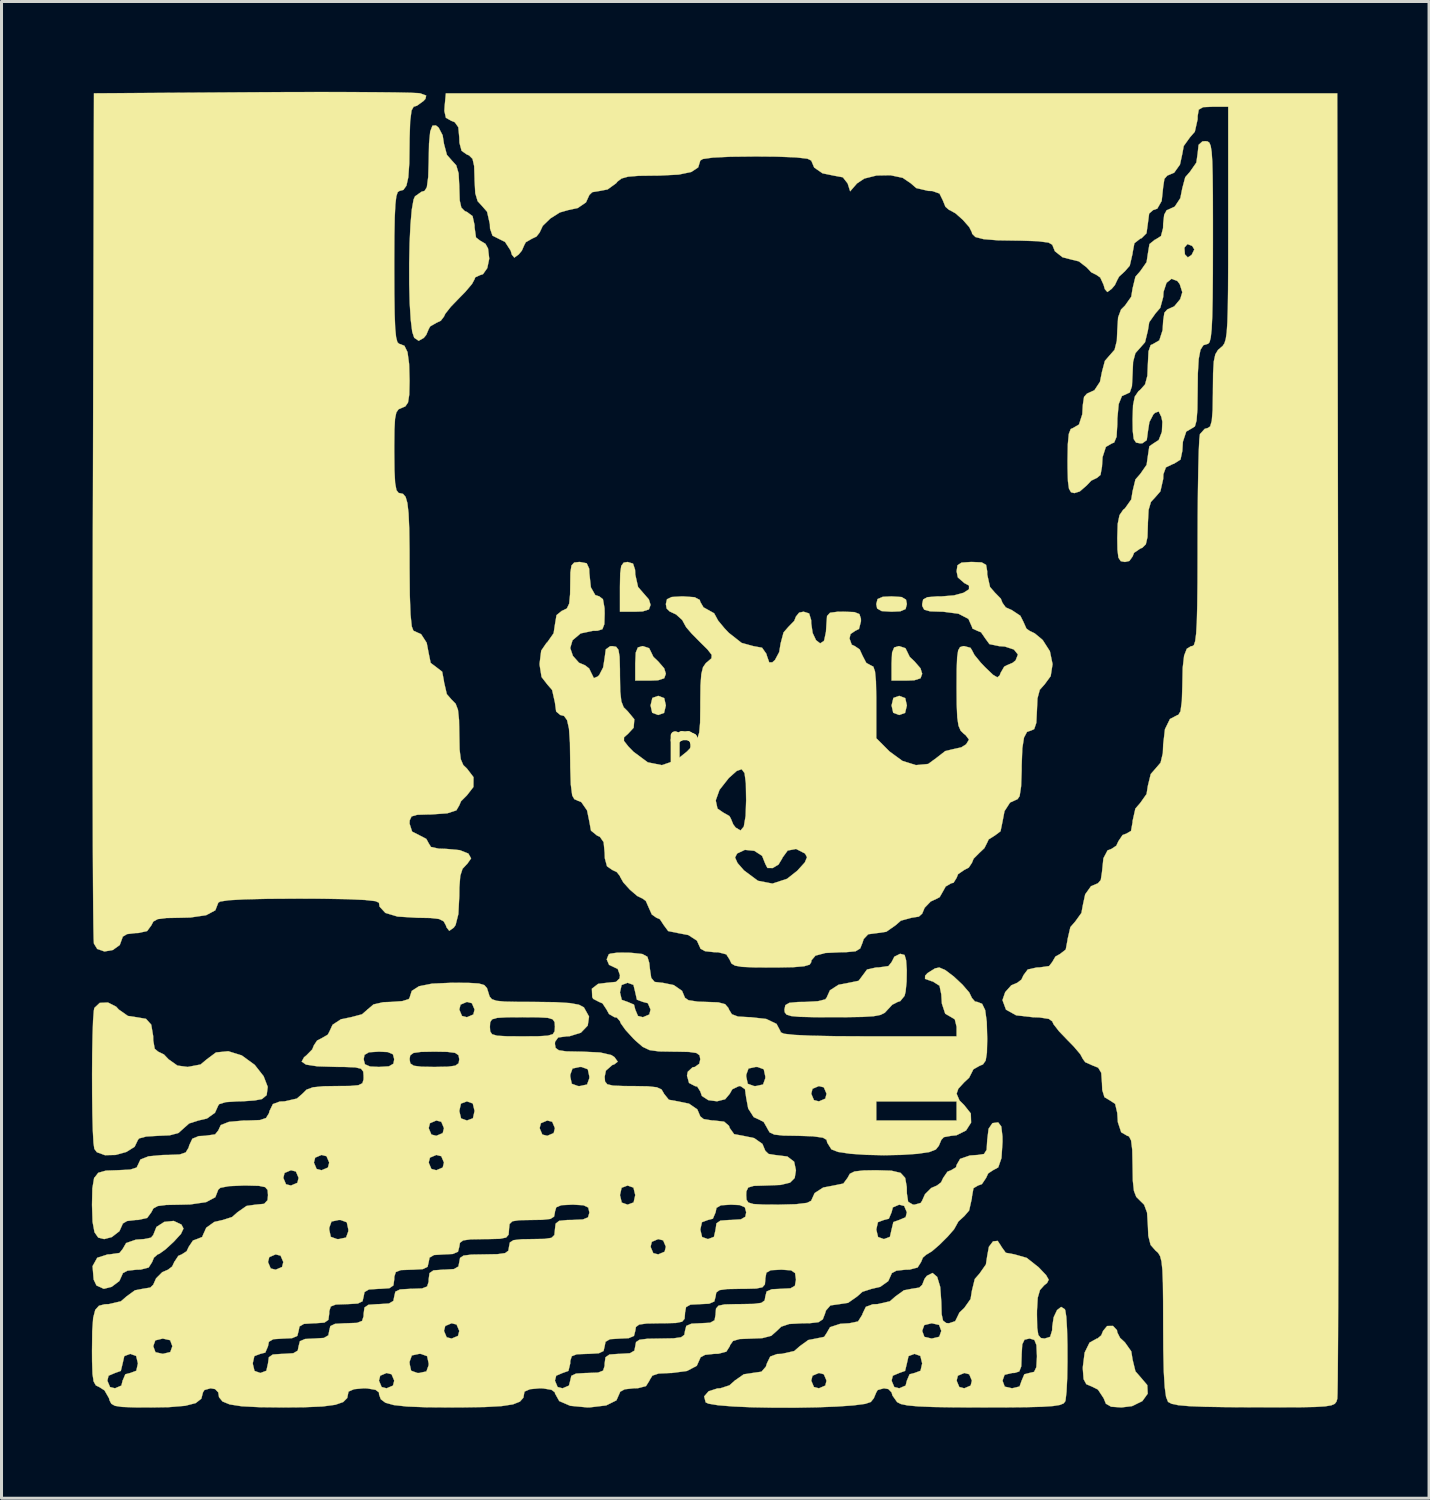
<source format=kicad_pcb>
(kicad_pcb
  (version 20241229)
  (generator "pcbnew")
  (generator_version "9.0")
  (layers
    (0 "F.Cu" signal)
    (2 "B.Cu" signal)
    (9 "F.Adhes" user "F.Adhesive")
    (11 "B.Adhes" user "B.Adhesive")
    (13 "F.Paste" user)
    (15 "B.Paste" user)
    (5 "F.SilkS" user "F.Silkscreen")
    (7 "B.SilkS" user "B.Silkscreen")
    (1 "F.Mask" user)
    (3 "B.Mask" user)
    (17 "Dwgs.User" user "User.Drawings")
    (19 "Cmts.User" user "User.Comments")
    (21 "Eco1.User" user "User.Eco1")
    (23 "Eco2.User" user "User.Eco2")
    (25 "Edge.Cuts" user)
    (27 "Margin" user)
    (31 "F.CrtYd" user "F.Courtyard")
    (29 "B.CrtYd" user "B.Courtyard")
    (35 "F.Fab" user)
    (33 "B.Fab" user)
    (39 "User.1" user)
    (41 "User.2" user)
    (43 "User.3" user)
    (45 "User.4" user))
  (footprint "nei"
    (layer "F.Cu")
    (at 20.706 21.702)
    (property "Reference" "nei" (at 0 0 0) (layer "F.SilkS") (effects (font (size 1.524 1.524) (thickness 0.3))))
    (attr through_hole)
    (fp_poly (pts (xy -1.706 -1.577) (xy -1.651 -1.333) (xy -1.711 -1.085) (xy -1.905 -1.016) (xy -2.104 -1.09) (xy -2.159 -1.333) (xy -2.099 -1.582) (xy -1.905 -1.651) (xy -1.706 -1.577)) (stroke (width 0.01) (type solid)) (fill yes) (layer "F.SilkS"))
    (fp_poly (pts (xy 6.295 -1.577) (xy 6.35 -1.333) (xy 6.29 -1.085) (xy 6.096 -1.016) (xy 5.897 -1.09) (xy 5.842 -1.333) (xy 5.902 -1.582) (xy 6.096 -1.651) (xy 6.295 -1.577)) (stroke (width 0.01) (type solid)) (fill yes) (layer "F.SilkS"))
    (fp_poly (pts (xy 6.174 -4.932) (xy 6.321 -4.846) (xy 6.35 -4.699) (xy 6.307 -4.533) (xy 6.135 -4.459) (xy 5.842 -4.445) (xy 5.51 -4.466) (xy 5.363 -4.552) (xy 5.334 -4.699) (xy 5.377 -4.865) (xy 5.549 -4.939) (xy 5.842 -4.953) (xy 6.174 -4.932)) (stroke (width 0.01) (type solid)) (fill yes) (layer "F.SilkS"))
    (fp_poly (pts (xy -2.207 -3.234) (xy -2.159 -3.14) (xy -2.065 -2.946) (xy -1.905 -2.794) (xy -1.707 -2.566) (xy -1.651 -2.385) (xy -1.706 -2.235) (xy -1.911 -2.169) (xy -2.159 -2.159) (xy -2.667 -2.159) (xy -2.667 -2.731) (xy -2.65 -3.088) (xy -2.581 -3.257) (xy -2.431 -3.302) (xy -2.413 -3.302) (xy -2.207 -3.234)) (stroke (width 0.01) (type solid)) (fill yes) (layer "F.SilkS"))
    (fp_poly (pts (xy 6.302 -3.234) (xy 6.35 -3.14) (xy 6.444 -2.946) (xy 6.604 -2.794) (xy 6.802 -2.566) (xy 6.858 -2.385) (xy 6.803 -2.235) (xy 6.598 -2.169) (xy 6.35 -2.159) (xy 5.842 -2.159) (xy 5.842 -2.731) (xy 5.859 -3.088) (xy 5.928 -3.257) (xy 6.078 -3.302) (xy 6.096 -3.302) (xy 6.302 -3.234)) (stroke (width 0.01) (type solid)) (fill yes) (layer "F.SilkS"))
    (fp_poly (pts (xy -2.741 -6.042) (xy -2.673 -5.836) (xy -2.667 -5.68) (xy -2.574 -5.266) (xy -2.413 -5.08) (xy -2.215 -4.852) (xy -2.159 -4.671) (xy -2.214 -4.521) (xy -2.419 -4.455) (xy -2.667 -4.445) (xy -3.175 -4.445) (xy -3.175 -5.271) (xy -3.167 -5.717) (xy -3.132 -5.966) (xy -3.052 -6.074) (xy -2.921 -6.096) (xy -2.741 -6.042)) (stroke (width 0.01) (type solid)) (fill yes) (layer "F.SilkS"))
    (fp_poly (pts (xy 13.325 19.407) (xy 13.335 19.48) (xy 13.428 19.662) (xy 13.589 19.812) (xy 13.799 20.109) (xy 13.843 20.384) (xy 13.938 20.773) (xy 14.097 20.955) (xy 14.331 21.23) (xy 14.345 21.514) (xy 14.167 21.761) (xy 13.825 21.928) (xy 13.473 21.971) (xy 13.131 21.948) (xy 12.958 21.849) (xy 12.882 21.665) (xy 12.693 21.379) (xy 12.498 21.281) (xy 12.307 21.2) (xy 12.217 21.033) (xy 12.192 20.702) (xy 12.192 20.626) (xy 12.252 20.15) (xy 12.414 19.82) (xy 12.654 19.686) (xy 12.676 19.685) (xy 12.802 19.579) (xy 12.864 19.43) (xy 12.998 19.268) (xy 13.192 19.265) (xy 13.325 19.407)) (stroke (width 0.01) (type solid)) (fill yes) (layer "F.SilkS"))
    (fp_poly (pts (xy -17.733 15.901) (xy -17.665 16.032) (xy -17.749 16.211) (xy -17.988 16.472) (xy -18.26 16.722) (xy -18.468 16.872) (xy -18.523 16.891) (xy -18.645 16.997) (xy -18.706 17.145) (xy -18.821 17.326) (xy -19.085 17.395) (xy -19.229 17.399) (xy -19.527 17.432) (xy -19.68 17.515) (xy -19.685 17.535) (xy -19.793 17.774) (xy -20.048 17.967) (xy -20.309 18.034) (xy -20.553 17.923) (xy -20.647 17.726) (xy -20.683 17.281) (xy -20.528 17.003) (xy -20.185 16.893) (xy -20.121 16.891) (xy -19.788 16.843) (xy -19.685 16.714) (xy -19.569 16.514) (xy -19.245 16.402) (xy -18.976 16.383) (xy -18.743 16.335) (xy -18.669 16.247) (xy -18.562 15.979) (xy -18.304 15.812) (xy -17.99 15.78) (xy -17.733 15.901)) (stroke (width 0.01) (type solid)) (fill yes) (layer "F.SilkS"))
    (fp_poly (pts (xy 6.274 6.951) (xy 6.324 7.125) (xy 6.347 7.452) (xy 6.341 7.833) (xy 6.308 8.167) (xy 6.273 8.308) (xy 6.13 8.483) (xy 6.047 8.509) (xy 5.865 8.602) (xy 5.715 8.763) (xy 5.618 8.868) (xy 5.476 8.94) (xy 5.244 8.984) (xy 4.876 9.007) (xy 4.325 9.016) (xy 3.909 9.017) (xy 3.242 9.015) (xy 2.787 9.004) (xy 2.506 8.978) (xy 2.355 8.93) (xy 2.296 8.855) (xy 2.286 8.763) (xy 2.316 8.616) (xy 2.447 8.54) (xy 2.739 8.512) (xy 2.985 8.509) (xy 3.394 8.486) (xy 3.639 8.425) (xy 3.683 8.373) (xy 3.796 8.124) (xy 4.081 7.94) (xy 4.427 7.874) (xy 4.749 7.808) (xy 4.889 7.62) (xy 5.028 7.433) (xy 5.326 7.367) (xy 5.406 7.366) (xy 5.739 7.318) (xy 5.842 7.189) (xy 5.934 7.008) (xy 6.126 6.912) (xy 6.274 6.951)) (stroke (width 0.01) (type solid)) (fill yes) (layer "F.SilkS"))
    (fp_poly (pts (xy -9.195 -20.516) (xy -9.062 -20.262) (xy -9.017 -19.976) (xy -8.92 -19.612) (xy -8.763 -19.431) (xy -8.61 -19.264) (xy -8.532 -19) (xy -8.509 -18.565) (xy -8.509 -18.523) (xy -8.495 -18.098) (xy -8.441 -17.86) (xy -8.325 -17.744) (xy -8.255 -17.716) (xy -8.068 -17.578) (xy -8.002 -17.28) (xy -8.001 -17.2) (xy -7.954 -16.868) (xy -7.819 -16.764) (xy -7.64 -16.658) (xy -7.554 -16.501) (xy -7.515 -16.165) (xy -7.58 -15.851) (xy -7.722 -15.65) (xy -7.813 -15.621) (xy -7.98 -15.546) (xy -8.001 -15.484) (xy -8.086 -15.326) (xy -8.306 -15.066) (xy -8.509 -14.859) (xy -8.79 -14.568) (xy -8.974 -14.335) (xy -9.017 -14.243) (xy -9.122 -14.105) (xy -9.271 -14.034) (xy -9.476 -13.916) (xy -9.525 -13.825) (xy -9.606 -13.634) (xy -9.687 -13.535) (xy -9.857 -13.438) (xy -10.005 -13.539) (xy -10.071 -13.737) (xy -10.12 -14.134) (xy -10.154 -14.68) (xy -10.171 -15.321) (xy -10.172 -16.006) (xy -10.158 -16.681) (xy -10.129 -17.295) (xy -10.085 -17.795) (xy -10.026 -18.129) (xy -9.979 -18.234) (xy -9.766 -18.385) (xy -9.661 -18.415) (xy -9.586 -18.536) (xy -9.54 -18.879) (xy -9.525 -19.357) (xy -9.513 -19.987) (xy -9.474 -20.387) (xy -9.4 -20.58) (xy -9.286 -20.589) (xy -9.195 -20.516)) (stroke (width 0.01) (type solid)) (fill yes) (layer "F.SilkS"))
    (fp_poly (pts (xy -19.9 8.667) (xy -19.812 8.763) (xy -19.511 8.974) (xy -19.226 9.017) (xy -18.909 9.071) (xy -18.736 9.263) (xy -18.672 9.64) (xy -18.669 9.789) (xy -18.62 10.064) (xy -18.507 10.16) (xy -18.313 10.254) (xy -18.161 10.414) (xy -17.867 10.622) (xy -17.526 10.668) (xy -17.098 10.587) (xy -16.891 10.414) (xy -16.586 10.187) (xy -16.179 10.146) (xy -15.731 10.285) (xy -15.303 10.597) (xy -15.299 10.6) (xy -15.004 10.977) (xy -14.868 11.329) (xy -14.904 11.604) (xy -15.06 11.734) (xy -15.301 11.78) (xy -15.684 11.807) (xy -15.885 11.811) (xy -16.26 11.836) (xy -16.479 11.902) (xy -16.51 11.947) (xy -16.62 12.19) (xy -16.886 12.38) (xy -17.171 12.446) (xy -17.477 12.544) (xy -17.653 12.7) (xy -17.832 12.86) (xy -18.12 12.937) (xy -18.507 12.954) (xy -18.903 12.978) (xy -19.138 13.041) (xy -19.177 13.09) (xy -19.287 13.318) (xy -19.561 13.49) (xy -19.917 13.589) (xy -20.271 13.597) (xy -20.54 13.499) (xy -20.624 13.388) (xy -20.652 13.188) (xy -20.674 12.787) (xy -20.689 12.238) (xy -20.697 11.594) (xy -20.699 10.908) (xy -20.695 10.232) (xy -20.683 9.621) (xy -20.666 9.126) (xy -20.641 8.801) (xy -20.624 8.71) (xy -20.447 8.542) (xy -20.173 8.529) (xy -19.9 8.667)) (stroke (width 0.01) (type solid)) (fill yes) (layer "F.SilkS"))
    (fp_poly (pts (xy -12.181 -21.696) (xy -11.337 -21.691) (xy -10.65 -21.684) (xy -10.147 -21.673) (xy -9.858 -21.66) (xy -9.805 -21.653) (xy -9.608 -21.58) (xy -9.633 -21.469) (xy -9.701 -21.396) (xy -9.915 -21.242) (xy -10.024 -21.209) (xy -10.094 -21.085) (xy -10.14 -20.726) (xy -10.159 -20.149) (xy -10.16 -20.013) (xy -10.169 -19.333) (xy -10.201 -18.87) (xy -10.264 -18.588) (xy -10.364 -18.448) (xy -10.491 -18.415) (xy -10.553 -18.375) (xy -10.599 -18.235) (xy -10.631 -17.965) (xy -10.652 -17.536) (xy -10.664 -16.918) (xy -10.668 -16.082) (xy -10.668 -15.875) (xy -10.665 -14.989) (xy -10.655 -14.328) (xy -10.637 -13.862) (xy -10.607 -13.561) (xy -10.564 -13.395) (xy -10.506 -13.337) (xy -10.491 -13.335) (xy -10.33 -13.273) (xy -10.228 -13.064) (xy -10.175 -12.672) (xy -10.16 -12.106) (xy -10.17 -11.652) (xy -10.211 -11.39) (xy -10.3 -11.261) (xy -10.414 -11.213) (xy -10.526 -11.164) (xy -10.599 -11.059) (xy -10.642 -10.849) (xy -10.662 -10.49) (xy -10.668 -9.934) (xy -10.668 -9.764) (xy -10.661 -9.134) (xy -10.639 -8.719) (xy -10.595 -8.483) (xy -10.525 -8.389) (xy -10.491 -8.382) (xy -10.376 -8.356) (xy -10.291 -8.257) (xy -10.232 -8.053) (xy -10.193 -7.712) (xy -10.171 -7.202) (xy -10.161 -6.491) (xy -10.16 -5.895) (xy -10.152 -4.999) (xy -10.128 -4.355) (xy -10.087 -3.959) (xy -10.031 -3.811) (xy -10.024 -3.81) (xy -9.775 -3.697) (xy -9.591 -3.412) (xy -9.525 -3.066) (xy -9.459 -2.744) (xy -9.271 -2.603) (xy -9.077 -2.453) (xy -9.017 -2.134) (xy -9.017 -2.115) (xy -8.923 -1.708) (xy -8.763 -1.524) (xy -8.63 -1.39) (xy -8.552 -1.186) (xy -8.517 -0.848) (xy -8.509 -0.381) (xy -8.499 0.13) (xy -8.46 0.451) (xy -8.377 0.645) (xy -8.255 0.762) (xy -8.037 1.047) (xy -8.04 1.374) (xy -8.255 1.651) (xy -8.451 1.847) (xy -8.509 1.983) (xy -8.605 2.149) (xy -8.908 2.248) (xy -9.436 2.285) (xy -9.535 2.286) (xy -9.909 2.297) (xy -10.094 2.352) (xy -10.155 2.482) (xy -10.16 2.59) (xy -10.075 2.855) (xy -9.842 2.973) (xy -9.604 3.097) (xy -9.525 3.241) (xy -9.449 3.365) (xy -9.19 3.421) (xy -8.944 3.429) (xy -8.492 3.471) (xy -8.207 3.584) (xy -8.117 3.745) (xy -8.25 3.933) (xy -8.266 3.945) (xy -8.401 4.09) (xy -8.476 4.323) (xy -8.506 4.711) (xy -8.509 4.99) (xy -8.54 5.593) (xy -8.632 5.957) (xy -8.691 6.042) (xy -8.842 6.149) (xy -8.931 6.035) (xy -8.953 5.969) (xy -9.027 5.834) (xy -9.179 5.757) (xy -9.47 5.723) (xy -9.924 5.715) (xy -10.557 5.676) (xy -10.962 5.555) (xy -11.155 5.346) (xy -11.176 5.216) (xy -11.29 5.164) (xy -11.637 5.125) (xy -12.222 5.098) (xy -13.051 5.083) (xy -13.843 5.08) (xy -14.86 5.086) (xy -15.629 5.104) (xy -16.155 5.133) (xy -16.445 5.176) (xy -16.51 5.216) (xy -16.608 5.468) (xy -16.912 5.63) (xy -17.437 5.707) (xy -17.762 5.715) (xy -18.238 5.724) (xy -18.519 5.76) (xy -18.665 5.84) (xy -18.733 5.969) (xy -18.871 6.156) (xy -19.169 6.222) (xy -19.249 6.223) (xy -19.539 6.258) (xy -19.682 6.343) (xy -19.685 6.359) (xy -19.78 6.62) (xy -20.009 6.785) (xy -20.287 6.835) (xy -20.528 6.751) (xy -20.638 6.572) (xy -20.647 6.409) (xy -20.655 6.009) (xy -20.662 5.388) (xy -20.668 4.563) (xy -20.673 3.55) (xy -20.676 2.367) (xy -20.679 1.03) (xy -20.68 -0.445) (xy -20.681 -2.04) (xy -20.679 -3.739) (xy -20.677 -5.526) (xy -20.673 -7.384) (xy -20.672 -7.684) (xy -20.637 -21.654) (xy -15.367 -21.689) (xy -14.224 -21.695) (xy -13.153 -21.697) (xy -12.181 -21.696)) (stroke (width 0.01) (type solid)) (fill yes) (layer "F.SilkS"))
    (fp_poly (pts (xy 16.332 -20.058) (xy 16.392 -20.015) (xy 16.436 -19.908) (xy 16.468 -19.709) (xy 16.489 -19.389) (xy 16.501 -18.92) (xy 16.508 -18.274) (xy 16.51 -17.422) (xy 16.51 -16.701) (xy 16.508 -15.666) (xy 16.501 -14.86) (xy 16.488 -14.255) (xy 16.468 -13.827) (xy 16.438 -13.548) (xy 16.399 -13.394) (xy 16.347 -13.337) (xy 16.333 -13.335) (xy 16.192 -13.292) (xy 16.096 -13.137) (xy 16.038 -12.835) (xy 16.009 -12.349) (xy 16.002 -11.737) (xy 15.994 -11.156) (xy 15.966 -10.789) (xy 15.912 -10.597) (xy 15.826 -10.541) (xy 15.825 -10.541) (xy 15.624 -10.424) (xy 15.513 -10.087) (xy 15.494 -9.782) (xy 15.434 -9.495) (xy 15.214 -9.356) (xy 15.177 -9.346) (xy 14.949 -9.236) (xy 14.865 -9.008) (xy 14.859 -8.852) (xy 14.766 -8.44) (xy 14.605 -8.255) (xy 14.452 -8.088) (xy 14.374 -7.824) (xy 14.351 -7.389) (xy 14.351 -7.347) (xy 14.337 -6.922) (xy 14.283 -6.684) (xy 14.167 -6.568) (xy 14.097 -6.54) (xy 13.891 -6.399) (xy 13.843 -6.278) (xy 13.737 -6.13) (xy 13.589 -6.096) (xy 13.45 -6.123) (xy 13.373 -6.24) (xy 13.341 -6.506) (xy 13.335 -6.893) (xy 13.35 -7.363) (xy 13.409 -7.65) (xy 13.529 -7.826) (xy 13.589 -7.874) (xy 13.799 -8.171) (xy 13.843 -8.445) (xy 13.938 -8.835) (xy 14.097 -9.017) (xy 14.309 -9.321) (xy 14.351 -9.617) (xy 14.399 -9.936) (xy 14.539 -10.033) (xy 14.71 -10.143) (xy 14.816 -10.413) (xy 14.832 -10.75) (xy 14.798 -10.913) (xy 14.711 -11.092) (xy 14.586 -11.046) (xy 14.533 -10.995) (xy 14.401 -10.741) (xy 14.351 -10.423) (xy 14.313 -10.14) (xy 14.171 -10.038) (xy 14.097 -10.033) (xy 13.958 -10.06) (xy 13.881 -10.177) (xy 13.849 -10.443) (xy 13.843 -10.83) (xy 13.858 -11.3) (xy 13.917 -11.587) (xy 14.037 -11.763) (xy 14.097 -11.811) (xy 14.257 -11.99) (xy 14.334 -12.278) (xy 14.351 -12.665) (xy 14.372 -13.087) (xy 14.443 -13.296) (xy 14.528 -13.335) (xy 14.73 -13.452) (xy 14.84 -13.792) (xy 14.859 -14.107) (xy 14.899 -14.37) (xy 14.995 -14.478) (xy 15.226 -14.582) (xy 15.424 -14.821) (xy 15.494 -15.05) (xy 15.409 -15.318) (xy 15.332 -15.421) (xy 15.137 -15.497) (xy 14.97 -15.364) (xy 14.871 -15.066) (xy 14.859 -14.892) (xy 14.762 -14.532) (xy 14.605 -14.351) (xy 14.395 -14.054) (xy 14.351 -13.78) (xy 14.256 -13.39) (xy 14.097 -13.208) (xy 13.937 -13.029) (xy 13.86 -12.741) (xy 13.843 -12.354) (xy 13.822 -11.932) (xy 13.751 -11.723) (xy 13.666 -11.684) (xy 13.489 -11.603) (xy 13.382 -11.339) (xy 13.338 -10.864) (xy 13.335 -10.658) (xy 13.311 -10.251) (xy 13.231 -10.06) (xy 13.158 -10.033) (xy 12.956 -9.916) (xy 12.846 -9.576) (xy 12.827 -9.261) (xy 12.778 -8.986) (xy 12.665 -8.89) (xy 12.471 -8.796) (xy 12.319 -8.636) (xy 12.091 -8.438) (xy 11.91 -8.382) (xy 11.799 -8.41) (xy 11.732 -8.527) (xy 11.697 -8.78) (xy 11.685 -9.22) (xy 11.684 -9.461) (xy 11.694 -10.01) (xy 11.726 -10.346) (xy 11.789 -10.509) (xy 11.861 -10.541) (xy 12.063 -10.658) (xy 12.173 -10.998) (xy 12.192 -11.313) (xy 12.232 -11.576) (xy 12.328 -11.684) (xy 12.576 -11.797) (xy 12.761 -12.078) (xy 12.827 -12.409) (xy 12.924 -12.773) (xy 13.081 -12.954) (xy 13.245 -13.141) (xy 13.321 -13.443) (xy 13.335 -13.78) (xy 13.362 -14.214) (xy 13.46 -14.477) (xy 13.589 -14.605) (xy 13.799 -14.902) (xy 13.843 -15.177) (xy 13.938 -15.566) (xy 14.097 -15.748) (xy 14.308 -16.049) (xy 14.351 -16.333) (xy 14.384 -16.531) (xy 15.563 -16.531) (xy 15.58 -16.306) (xy 15.581 -16.305) (xy 15.676 -16.207) (xy 15.803 -16.289) (xy 15.892 -16.47) (xy 15.823 -16.586) (xy 15.665 -16.649) (xy 15.563 -16.531) (xy 14.384 -16.531) (xy 14.404 -16.65) (xy 14.584 -16.795) (xy 14.605 -16.801) (xy 14.786 -16.916) (xy 14.855 -17.18) (xy 14.859 -17.324) (xy 14.892 -17.622) (xy 14.975 -17.775) (xy 14.995 -17.78) (xy 15.243 -17.893) (xy 15.428 -18.174) (xy 15.494 -18.505) (xy 15.591 -18.869) (xy 15.748 -19.05) (xy 15.96 -19.354) (xy 16.002 -19.65) (xy 16.035 -19.944) (xy 16.16 -20.057) (xy 16.256 -20.066) (xy 16.332 -20.058)) (stroke (width 0.01) (type solid)) (fill yes) (layer "F.SilkS"))
    (fp_poly (pts (xy 9.484 16.623) (xy 9.488 16.636) (xy 9.634 16.837) (xy 9.925 16.891) (xy 10.327 17.006) (xy 10.722 17.317) (xy 10.972 17.579) (xy 11.059 17.732) (xy 11.003 17.842) (xy 10.908 17.917) (xy 10.769 18.073) (xy 10.694 18.33) (xy 10.669 18.755) (xy 10.668 18.888) (xy 10.676 19.325) (xy 10.714 19.566) (xy 10.799 19.667) (xy 10.922 19.685) (xy 11.106 19.627) (xy 11.173 19.409) (xy 11.176 19.295) (xy 11.223 18.978) (xy 11.335 18.74) (xy 11.472 18.634) (xy 11.593 18.711) (xy 11.608 18.746) (xy 11.643 18.968) (xy 11.667 19.374) (xy 11.68 19.894) (xy 11.681 20.46) (xy 11.672 21) (xy 11.65 21.447) (xy 11.618 21.729) (xy 11.607 21.77) (xy 11.553 21.838) (xy 11.428 21.889) (xy 11.202 21.925) (xy 10.842 21.949) (xy 10.317 21.963) (xy 9.594 21.97) (xy 8.867 21.971) (xy 7.939 21.968) (xy 7.233 21.957) (xy 6.721 21.936) (xy 6.37 21.904) (xy 6.15 21.858) (xy 6.031 21.797) (xy 6.023 21.79) (xy 5.872 21.577) (xy 5.842 21.472) (xy 5.736 21.362) (xy 5.588 21.336) (xy 5.382 21.393) (xy 5.334 21.472) (xy 5.252 21.667) (xy 5.153 21.79) (xy 4.965 21.853) (xy 4.573 21.904) (xy 4.024 21.942) (xy 3.365 21.967) (xy 2.644 21.98) (xy 1.908 21.979) (xy 1.204 21.966) (xy 0.581 21.939) (xy 0.085 21.899) (xy -0.236 21.846) (xy -0.329 21.803) (xy -0.38 21.606) (xy -0.232 21.435) (xy 0.06 21.341) (xy 0.157 21.336) (xy 0.46 21.238) (xy 0.635 21.082) (xy 3.175 21.082) (xy 3.265 21.294) (xy 3.429 21.336) (xy 3.641 21.246) (xy 3.683 21.082) (xy 5.842 21.082) (xy 5.932 21.294) (xy 6.096 21.336) (xy 6.308 21.246) (xy 6.35 21.082) (xy 8.001 21.082) (xy 8.091 21.294) (xy 8.255 21.336) (xy 8.467 21.246) (xy 8.509 21.082) (xy 9.525 21.082) (xy 9.599 21.281) (xy 9.842 21.336) (xy 10.091 21.276) (xy 10.16 21.082) (xy 10.25 20.87) (xy 10.414 20.828) (xy 10.573 20.791) (xy 10.648 20.635) (xy 10.668 20.298) (xy 10.668 20.256) (xy 10.651 19.899) (xy 10.582 19.73) (xy 10.432 19.685) (xy 10.414 19.685) (xy 10.255 19.722) (xy 10.18 19.878) (xy 10.16 20.215) (xy 10.16 20.256) (xy 10.147 20.609) (xy 10.082 20.776) (xy 9.928 20.826) (xy 9.842 20.828) (xy 9.594 20.888) (xy 9.525 21.082) (xy 8.509 21.082) (xy 8.419 20.87) (xy 8.255 20.828) (xy 8.043 20.918) (xy 8.001 21.082) (xy 6.35 21.082) (xy 6.44 20.87) (xy 6.604 20.828) (xy 6.803 20.754) (xy 6.858 20.511) (xy 6.798 20.262) (xy 6.604 20.193) (xy 6.405 20.267) (xy 6.35 20.511) (xy 6.29 20.759) (xy 6.096 20.828) (xy 5.884 20.918) (xy 5.842 21.082) (xy 3.683 21.082) (xy 3.593 20.87) (xy 3.429 20.828) (xy 3.217 20.918) (xy 3.175 21.082) (xy 0.635 21.082) (xy 0.936 20.871) (xy 1.221 20.828) (xy 1.523 20.785) (xy 1.67 20.616) (xy 1.703 20.511) (xy 1.813 20.283) (xy 2.041 20.199) (xy 2.197 20.193) (xy 2.609 20.1) (xy 2.794 19.939) (xy 3.076 19.734) (xy 3.33 19.685) (xy 3.604 19.628) (xy 3.683 19.508) (xy 3.728 19.431) (xy 6.858 19.431) (xy 6.932 19.63) (xy 7.176 19.685) (xy 7.424 19.625) (xy 7.493 19.431) (xy 7.419 19.232) (xy 7.176 19.177) (xy 6.927 19.237) (xy 6.858 19.431) (xy 3.728 19.431) (xy 3.8 19.307) (xy 4.137 19.196) (xy 4.442 19.177) (xy 4.729 19.117) (xy 4.868 18.897) (xy 4.878 18.86) (xy 4.988 18.632) (xy 5.216 18.548) (xy 5.372 18.542) (xy 5.784 18.449) (xy 5.969 18.288) (xy 6.251 18.083) (xy 6.505 18.034) (xy 6.76 17.993) (xy 6.858 17.902) (xy 6.937 17.702) (xy 7.013 17.603) (xy 7.203 17.507) (xy 7.356 17.638) (xy 7.457 17.972) (xy 7.493 18.469) (xy 7.504 18.876) (xy 7.55 19.089) (xy 7.654 19.169) (xy 7.747 19.177) (xy 7.953 19.109) (xy 8.001 19.015) (xy 8.095 18.821) (xy 8.255 18.669) (xy 8.465 18.372) (xy 8.509 18.098) (xy 8.604 17.708) (xy 8.763 17.526) (xy 8.974 17.225) (xy 9.017 16.94) (xy 9.074 16.637) (xy 9.209 16.459) (xy 9.365 16.442) (xy 9.484 16.623)) (stroke (width 0.01) (type solid)) (fill yes) (layer "F.SilkS"))
    (fp_poly (pts (xy -2.777 6.882) (xy -2.431 6.919) (xy -2.264 7.01) (xy -2.201 7.218) (xy -2.183 7.398) (xy -2.137 7.711) (xy -2.025 7.845) (xy -1.781 7.874) (xy -1.761 7.874) (xy -1.39 7.95) (xy -1.114 8.141) (xy -1.016 8.373) (xy -0.899 8.453) (xy -0.584 8.501) (xy -0.326 8.509) (xy 0.088 8.524) (xy 0.316 8.584) (xy 0.426 8.712) (xy 0.445 8.763) (xy 0.54 8.919) (xy 0.742 8.995) (xy 1.122 9.017) (xy 1.161 9.017) (xy 1.681 9.075) (xy 2.024 9.239) (xy 2.158 9.493) (xy 2.159 9.516) (xy 2.271 9.566) (xy 2.611 9.604) (xy 3.185 9.631) (xy 4 9.647) (xy 5.062 9.652) (xy 5.08 9.652) (xy 8.001 9.652) (xy 8.001 9.335) (xy 7.94 9.086) (xy 7.824 9.017) (xy 7.623 8.9) (xy 7.512 8.563) (xy 7.493 8.258) (xy 7.434 7.972) (xy 7.214 7.832) (xy 7.17 7.821) (xy 6.953 7.744) (xy 6.956 7.64) (xy 7.034 7.553) (xy 7.283 7.397) (xy 7.425 7.366) (xy 7.625 7.452) (xy 7.907 7.665) (xy 8.197 7.937) (xy 8.422 8.198) (xy 8.509 8.378) (xy 8.611 8.496) (xy 8.686 8.509) (xy 8.847 8.571) (xy 8.949 8.78) (xy 9.002 9.172) (xy 9.017 9.738) (xy 9.007 10.192) (xy 8.966 10.454) (xy 8.877 10.583) (xy 8.763 10.631) (xy 8.557 10.747) (xy 8.509 10.845) (xy 8.416 11.027) (xy 8.255 11.176) (xy 8.057 11.392) (xy 8.001 11.557) (xy 8.096 11.779) (xy 8.255 11.938) (xy 8.472 12.212) (xy 8.482 12.515) (xy 8.314 12.778) (xy 7.997 12.936) (xy 7.82 12.954) (xy 7.577 12.999) (xy 7.493 13.09) (xy 7.411 13.285) (xy 7.312 13.408) (xy 7.1 13.492) (xy 6.701 13.552) (xy 6.177 13.587) (xy 5.589 13.599) (xy 5 13.586) (xy 4.472 13.55) (xy 4.068 13.49) (xy 3.849 13.406) (xy 3.842 13.399) (xy 3.706 13.181) (xy 3.683 13.086) (xy 3.563 13.016) (xy 3.23 12.97) (xy 2.739 12.954) (xy 2.247 12.946) (xy 1.952 12.914) (xy 1.795 12.842) (xy 1.72 12.716) (xy 1.714 12.7) (xy 1.597 12.495) (xy 1.506 12.446) (xy 1.265 12.333) (xy 1.083 12.048) (xy 1.016 11.693) (xy 0.997 11.557) (xy 3.175 11.557) (xy 3.265 11.769) (xy 3.429 11.811) (xy 5.334 11.811) (xy 5.334 12.446) (xy 8.001 12.446) (xy 8.001 11.811) (xy 5.334 11.811) (xy 3.429 11.811) (xy 3.641 11.721) (xy 3.683 11.557) (xy 3.593 11.345) (xy 3.429 11.303) (xy 3.217 11.393) (xy 3.175 11.557) (xy 0.997 11.557) (xy 0.976 11.407) (xy 0.831 11.306) (xy 0.777 11.303) (xy 0.553 11.41) (xy 0.471 11.557) (xy 0.318 11.74) (xy 0.048 11.808) (xy -0.241 11.77) (xy -0.455 11.632) (xy -0.508 11.48) (xy -0.609 11.32) (xy -0.685 11.303) (xy -0.882 11.199) (xy -0.94 10.986) (xy 1.016 10.986) (xy 1.068 11.227) (xy 1.275 11.302) (xy 1.333 11.303) (xy 1.575 11.251) (xy 1.65 11.044) (xy 1.651 10.986) (xy 1.599 10.744) (xy 1.392 10.669) (xy 1.333 10.668) (xy 1.092 10.72) (xy 1.017 10.927) (xy 1.016 10.986) (xy -0.94 10.986) (xy -0.949 10.955) (xy -0.923 10.827) (xy -0.765 10.681) (xy -0.688 10.668) (xy -0.542 10.562) (xy -0.508 10.414) (xy -0.532 10.281) (xy -0.64 10.204) (xy -0.885 10.169) (xy -1.324 10.16) (xy -1.401 10.16) (xy -1.88 10.152) (xy -2.191 10.109) (xy -2.419 10.002) (xy -2.65 9.803) (xy -2.735 9.72) (xy -2.992 9.438) (xy -3.15 9.216) (xy -3.175 9.148) (xy -3.277 9.03) (xy -3.357 9.017) (xy -3.538 8.911) (xy -3.619 8.763) (xy -3.755 8.557) (xy -3.868 8.509) (xy -4.062 8.408) (xy -4.095 8.35) (xy -4.102 8.191) (xy -3.175 8.191) (xy -3.115 8.44) (xy -2.921 8.509) (xy -2.709 8.599) (xy -2.667 8.763) (xy -2.577 8.975) (xy -2.413 9.017) (xy -2.201 8.927) (xy -2.159 8.763) (xy -2.249 8.551) (xy -2.413 8.509) (xy -2.612 8.435) (xy -2.667 8.191) (xy -2.727 7.943) (xy -2.921 7.874) (xy -3.12 7.948) (xy -3.175 8.191) (xy -4.102 8.191) (xy -4.107 8.07) (xy -3.899 7.91) (xy -3.609 7.874) (xy -3.307 7.844) (xy -3.187 7.728) (xy -3.175 7.62) (xy -3.249 7.414) (xy -3.352 7.366) (xy -3.536 7.279) (xy -3.615 7.096) (xy -3.549 6.933) (xy -3.505 6.909) (xy -3.276 6.876) (xy -2.913 6.874) (xy -2.777 6.882)) (stroke (width 0.01) (type solid)) (fill yes) (layer "F.SilkS"))
    (fp_poly (pts (xy 20.672 -0.127) (xy 20.676 2.196) (xy 20.678 4.452) (xy 20.68 6.628) (xy 20.68 8.711) (xy 20.68 10.688) (xy 20.679 12.545) (xy 20.678 14.27) (xy 20.675 15.847) (xy 20.672 17.266) (xy 20.668 18.511) (xy 20.664 19.571) (xy 20.658 20.43) (xy 20.653 21.078) (xy 20.646 21.499) (xy 20.639 21.681) (xy 20.638 21.685) (xy 20.61 21.78) (xy 20.555 21.851) (xy 20.441 21.901) (xy 20.236 21.935) (xy 19.906 21.955) (xy 19.419 21.965) (xy 18.742 21.967) (xy 17.873 21.966) (xy 16.939 21.961) (xy 16.23 21.949) (xy 15.714 21.928) (xy 15.362 21.897) (xy 15.143 21.852) (xy 15.028 21.792) (xy 15.018 21.781) (xy 14.955 21.623) (xy 14.91 21.297) (xy 14.879 20.781) (xy 14.863 20.051) (xy 14.859 19.274) (xy 14.857 18.448) (xy 14.85 17.84) (xy 14.833 17.411) (xy 14.803 17.126) (xy 14.756 16.947) (xy 14.688 16.836) (xy 14.605 16.764) (xy 14.441 16.577) (xy 14.365 16.275) (xy 14.351 15.938) (xy 14.324 15.504) (xy 14.226 15.241) (xy 14.097 15.113) (xy 13.965 14.982) (xy 13.888 14.782) (xy 13.852 14.452) (xy 13.843 13.942) (xy 13.832 13.42) (xy 13.794 13.11) (xy 13.723 12.972) (xy 13.666 12.954) (xy 13.465 12.837) (xy 13.354 12.5) (xy 13.335 12.196) (xy 13.264 11.893) (xy 13.081 11.774) (xy 12.909 11.671) (xy 12.836 11.433) (xy 12.827 11.202) (xy 12.803 10.863) (xy 12.702 10.693) (xy 12.509 10.616) (xy 12.272 10.51) (xy 12.192 10.402) (xy 12.107 10.245) (xy 11.887 9.986) (xy 11.684 9.779) (xy 11.403 9.486) (xy 11.219 9.25) (xy 11.176 9.154) (xy 11.059 9.072) (xy 10.75 9.024) (xy 10.532 9.017) (xy 9.977 8.954) (xy 9.641 8.766) (xy 9.525 8.454) (xy 9.525 8.445) (xy 9.614 8.185) (xy 9.817 7.957) (xy 10.015 7.874) (xy 10.152 7.769) (xy 10.223 7.62) (xy 10.362 7.433) (xy 10.66 7.367) (xy 10.74 7.366) (xy 11.072 7.319) (xy 11.176 7.184) (xy 11.282 7.003) (xy 11.43 6.921) (xy 11.624 6.771) (xy 11.684 6.452) (xy 11.684 6.433) (xy 11.778 6.026) (xy 11.938 5.842) (xy 12.145 5.555) (xy 12.192 5.297) (xy 12.27 4.937) (xy 12.463 4.667) (xy 12.691 4.572) (xy 12.787 4.462) (xy 12.827 4.201) (xy 12.875 3.74) (xy 13.012 3.479) (xy 13.143 3.429) (xy 13.303 3.323) (xy 13.372 3.175) (xy 13.511 2.968) (xy 13.641 2.921) (xy 13.791 2.833) (xy 13.843 2.544) (xy 13.843 2.505) (xy 13.936 2.091) (xy 14.097 1.905) (xy 14.307 1.608) (xy 14.351 1.333) (xy 14.446 0.944) (xy 14.605 0.762) (xy 14.773 0.566) (xy 14.848 0.249) (xy 14.859 -0.037) (xy 14.918 -0.545) (xy 15.084 -0.883) (xy 15.337 -1.015) (xy 15.358 -1.016) (xy 15.433 -1.137) (xy 15.479 -1.48) (xy 15.494 -1.958) (xy 15.507 -2.581) (xy 15.554 -2.987) (xy 15.642 -3.214) (xy 15.781 -3.299) (xy 15.825 -3.302) (xy 15.879 -3.339) (xy 15.921 -3.467) (xy 15.953 -3.713) (xy 15.976 -4.101) (xy 15.99 -4.658) (xy 15.999 -5.409) (xy 16.002 -6.381) (xy 16.002 -6.721) (xy 16.005 -7.636) (xy 16.013 -8.473) (xy 16.025 -9.198) (xy 16.04 -9.774) (xy 16.059 -10.167) (xy 16.079 -10.34) (xy 16.237 -10.515) (xy 16.333 -10.541) (xy 16.418 -10.595) (xy 16.472 -10.782) (xy 16.501 -11.141) (xy 16.51 -11.71) (xy 16.51 -11.783) (xy 16.516 -12.367) (xy 16.539 -12.751) (xy 16.59 -12.988) (xy 16.678 -13.134) (xy 16.764 -13.208) (xy 16.835 -13.269) (xy 16.892 -13.356) (xy 16.936 -13.497) (xy 16.968 -13.719) (xy 16.99 -14.05) (xy 17.005 -14.518) (xy 17.013 -15.15) (xy 17.017 -15.975) (xy 17.018 -17.019) (xy 17.018 -17.3) (xy 17.018 -21.209) (xy 16.51 -21.209) (xy 16.185 -21.195) (xy 16.04 -21.113) (xy 16.003 -20.902) (xy 16.002 -20.793) (xy 15.909 -20.379) (xy 15.748 -20.193) (xy 15.541 -19.906) (xy 15.494 -19.648) (xy 15.416 -19.288) (xy 15.223 -19.018) (xy 14.995 -18.923) (xy 14.899 -18.813) (xy 14.859 -18.552) (xy 14.809 -18.082) (xy 14.663 -17.825) (xy 14.528 -17.78) (xy 14.393 -17.663) (xy 14.351 -17.344) (xy 14.305 -17.008) (xy 14.143 -16.845) (xy 14.097 -16.828) (xy 13.903 -16.677) (xy 13.843 -16.358) (xy 13.843 -16.339) (xy 13.749 -15.932) (xy 13.589 -15.748) (xy 13.394 -15.568) (xy 13.335 -15.457) (xy 13.255 -15.288) (xy 13.148 -15.162) (xy 13.005 -15.057) (xy 12.922 -15.154) (xy 12.88 -15.298) (xy 12.77 -15.539) (xy 12.651 -15.621) (xy 12.469 -15.714) (xy 12.319 -15.875) (xy 12.06 -16.075) (xy 11.837 -16.129) (xy 11.516 -16.212) (xy 11.263 -16.413) (xy 11.176 -16.628) (xy 11.053 -16.699) (xy 10.697 -16.745) (xy 10.129 -16.764) (xy 10.043 -16.764) (xy 9.36 -16.775) (xy 8.898 -16.813) (xy 8.627 -16.883) (xy 8.516 -16.991) (xy 8.509 -17.037) (xy 8.42 -17.214) (xy 8.21 -17.452) (xy 7.966 -17.669) (xy 7.773 -17.778) (xy 7.755 -17.78) (xy 7.63 -17.888) (xy 7.545 -18.098) (xy 7.433 -18.327) (xy 7.198 -18.41) (xy 7.063 -18.415) (xy 6.661 -18.509) (xy 6.477 -18.669) (xy 6.211 -18.849) (xy 5.803 -18.935) (xy 5.347 -18.927) (xy 4.938 -18.825) (xy 4.693 -18.662) (xy 4.467 -18.401) (xy 4.384 -18.662) (xy 4.225 -18.866) (xy 3.919 -18.923) (xy 3.549 -18.999) (xy 3.273 -19.19) (xy 3.175 -19.422) (xy 3.048 -19.484) (xy 2.67 -19.527) (xy 2.039 -19.552) (xy 1.333 -19.558) (xy 0.497 -19.549) (xy -0.089 -19.521) (xy -0.423 -19.474) (xy -0.508 -19.422) (xy -0.578 -19.195) (xy -0.807 -19.043) (xy -1.225 -18.956) (xy -1.858 -18.924) (xy -1.995 -18.923) (xy -2.549 -18.916) (xy -2.906 -18.887) (xy -3.124 -18.826) (xy -3.26 -18.722) (xy -3.302 -18.669) (xy -3.584 -18.464) (xy -3.838 -18.415) (xy -4.093 -18.373) (xy -4.191 -18.279) (xy -4.303 -18.033) (xy -4.577 -17.846) (xy -4.886 -17.78) (xy -5.171 -17.699) (xy -5.484 -17.501) (xy -5.737 -17.256) (xy -5.842 -17.033) (xy -5.842 -17.032) (xy -5.947 -16.899) (xy -6.096 -16.828) (xy -6.301 -16.71) (xy -6.35 -16.619) (xy -6.431 -16.433) (xy -6.537 -16.305) (xy -6.682 -16.199) (xy -6.764 -16.298) (xy -6.802 -16.43) (xy -6.99 -16.721) (xy -7.187 -16.819) (xy -7.407 -16.93) (xy -7.488 -17.165) (xy -7.493 -17.31) (xy -7.586 -17.722) (xy -7.747 -17.907) (xy -7.9 -18.074) (xy -7.978 -18.338) (xy -8.001 -18.773) (xy -8.001 -18.815) (xy -8.015 -19.24) (xy -8.069 -19.478) (xy -8.185 -19.594) (xy -8.255 -19.622) (xy -8.432 -19.745) (xy -8.503 -20.011) (xy -8.509 -20.187) (xy -8.541 -20.528) (xy -8.659 -20.695) (xy -8.772 -20.74) (xy -8.953 -20.842) (xy -9.004 -21.068) (xy -8.994 -21.231) (xy -8.954 -21.654) (xy 20.637 -21.654) (xy 20.672 -0.127)) (stroke (width 0.01) (type solid)) (fill yes) (layer "F.SilkS"))
    (fp_poly (pts (xy 8.834 -6.082) (xy 8.979 -6) (xy 9.016 -5.789) (xy 9.017 -5.68) (xy 9.11 -5.266) (xy 9.271 -5.08) (xy 9.468 -4.879) (xy 9.525 -4.737) (xy 9.633 -4.588) (xy 9.831 -4.5) (xy 10.117 -4.311) (xy 10.215 -4.116) (xy 10.319 -3.884) (xy 10.422 -3.81) (xy 10.593 -3.727) (xy 10.836 -3.526) (xy 10.864 -3.498) (xy 11.098 -3.132) (xy 11.186 -2.705) (xy 11.124 -2.306) (xy 10.922 -2.032) (xy 10.762 -1.853) (xy 10.685 -1.565) (xy 10.668 -1.178) (xy 10.647 -0.756) (xy 10.576 -0.547) (xy 10.491 -0.508) (xy 10.338 -0.454) (xy 10.238 -0.266) (xy 10.182 0.092) (xy 10.161 0.656) (xy 10.16 0.836) (xy 10.142 1.353) (xy 10.093 1.677) (xy 10.024 1.778) (xy 9.775 1.891) (xy 9.591 2.176) (xy 9.525 2.522) (xy 9.459 2.844) (xy 9.271 2.985) (xy 9.065 3.114) (xy 9.017 3.219) (xy 8.923 3.405) (xy 8.763 3.556) (xy 8.566 3.754) (xy 8.509 3.893) (xy 8.404 4.051) (xy 8.255 4.128) (xy 8.049 4.269) (xy 8.001 4.39) (xy 7.9 4.553) (xy 7.819 4.572) (xy 7.638 4.678) (xy 7.556 4.826) (xy 7.439 5.031) (xy 7.348 5.08) (xy 7.14 5.176) (xy 6.939 5.385) (xy 6.858 5.579) (xy 6.748 5.677) (xy 6.505 5.715) (xy 6.15 5.812) (xy 5.969 5.969) (xy 5.665 6.181) (xy 5.372 6.223) (xy 5.066 6.263) (xy 4.916 6.422) (xy 4.878 6.54) (xy 4.801 6.734) (xy 4.647 6.828) (xy 4.341 6.857) (xy 4.188 6.858) (xy 3.641 6.885) (xy 3.315 6.973) (xy 3.181 7.13) (xy 3.175 7.189) (xy 3.123 7.271) (xy 2.941 7.325) (xy 2.592 7.355) (xy 2.037 7.366) (xy 1.856 7.366) (xy 1.262 7.362) (xy 0.874 7.345) (xy 0.646 7.305) (xy 0.528 7.235) (xy 0.475 7.125) (xy 0.471 7.112) (xy 0.356 6.931) (xy 0.092 6.862) (xy -0.052 6.858) (xy -0.35 6.825) (xy -0.503 6.742) (xy -0.508 6.722) (xy -0.621 6.473) (xy -0.906 6.289) (xy -1.252 6.223) (xy -1.574 6.157) (xy -1.714 5.969) (xy -1.85 5.763) (xy -1.963 5.715) (xy -2.117 5.607) (xy -2.211 5.397) (xy -2.315 5.16) (xy -2.421 5.08) (xy -2.602 4.992) (xy -2.845 4.783) (xy -3.064 4.541) (xy -3.173 4.349) (xy -3.175 4.332) (xy -3.28 4.199) (xy -3.429 4.128) (xy -3.605 4.006) (xy -3.676 3.744) (xy -3.677 3.715) (xy 0.646 3.715) (xy 0.728 3.898) (xy 0.943 4.144) (xy 1.406 4.488) (xy 1.888 4.581) (xy 2.373 4.422) (xy 2.713 4.153) (xy 2.962 3.878) (xy 3.035 3.704) (xy 2.968 3.582) (xy 2.672 3.431) (xy 2.393 3.484) (xy 2.217 3.725) (xy 2.211 3.747) (xy 2.088 3.95) (xy 1.895 4.065) (xy 1.72 4.062) (xy 1.651 3.928) (xy 1.544 3.66) (xy 1.286 3.493) (xy 0.972 3.461) (xy 0.715 3.582) (xy 0.646 3.715) (xy -3.677 3.715) (xy -3.683 3.556) (xy -3.717 3.205) (xy -3.841 3.028) (xy -3.937 2.985) (xy -4.137 2.822) (xy -4.191 2.522) (xy -4.267 2.152) (xy -4.458 1.876) (xy -4.592 1.82) (xy 0.004 1.82) (xy 0.063 2.091) (xy 0.254 2.223) (xy 0.459 2.339) (xy 0.508 2.427) (xy 0.586 2.617) (xy 0.667 2.722) (xy 0.827 2.817) (xy 0.936 2.691) (xy 0.997 2.334) (xy 1.014 1.82) (xy 1.005 1.251) (xy 0.961 0.913) (xy 0.866 0.784) (xy 0.702 0.841) (xy 0.452 1.064) (xy 0.434 1.082) (xy 0.13 1.469) (xy 0.004 1.82) (xy -4.592 1.82) (xy -4.69 1.778) (xy -4.76 1.654) (xy -4.806 1.295) (xy -4.825 0.718) (xy -4.826 0.582) (xy -4.835 -0.098) (xy -4.867 -0.561) (xy -4.93 -0.843) (xy -5.03 -0.983) (xy -5.157 -1.016) (xy -5.293 -1.132) (xy -5.334 -1.432) (xy -5.427 -1.846) (xy -5.588 -2.032) (xy -5.777 -2.276) (xy -5.842 -2.679) (xy -5.842 -2.731) (xy -5.789 -3.153) (xy -5.613 -3.41) (xy -5.588 -3.429) (xy -5.377 -3.73) (xy -5.334 -4.014) (xy -5.281 -4.331) (xy -5.101 -4.476) (xy -5.08 -4.482) (xy -4.937 -4.553) (xy -4.86 -4.715) (xy -4.83 -5.028) (xy -4.826 -5.322) (xy -4.82 -5.748) (xy -4.784 -5.98) (xy -4.695 -6.076) (xy -4.528 -6.096) (xy -4.508 -6.096) (xy -4.279 -6.053) (xy -4.197 -5.874) (xy -4.191 -5.725) (xy -4.141 -5.255) (xy -3.995 -4.998) (xy -3.86 -4.953) (xy -3.74 -4.86) (xy -3.687 -4.561) (xy -3.683 -4.381) (xy -3.694 -4.03) (xy -3.758 -3.864) (xy -3.921 -3.813) (xy -4.073 -3.81) (xy -4.481 -3.724) (xy -4.75 -3.496) (xy -4.826 -3.239) (xy -4.737 -2.978) (xy -4.534 -2.75) (xy -4.336 -2.667) (xy -4.199 -2.562) (xy -4.127 -2.413) (xy -4.041 -2.24) (xy -3.913 -2.294) (xy -3.865 -2.34) (xy -3.733 -2.594) (xy -3.683 -2.912) (xy -3.645 -3.195) (xy -3.503 -3.297) (xy -3.429 -3.302) (xy -3.301 -3.28) (xy -3.225 -3.18) (xy -3.188 -2.951) (xy -3.176 -2.54) (xy -3.175 -2.314) (xy -3.166 -1.796) (xy -3.129 -1.469) (xy -3.051 -1.271) (xy -2.921 -1.143) (xy -2.698 -0.874) (xy -2.721 -0.592) (xy -2.907 -0.391) (xy -3.04 -0.274) (xy -3.042 -0.156) (xy -2.894 0.032) (xy -2.721 0.209) (xy -2.251 0.556) (xy -1.783 0.649) (xy -1.313 0.489) (xy -0.948 0.195) (xy -0.743 -0.019) (xy -0.614 -0.205) (xy -0.544 -0.429) (xy -0.514 -0.757) (xy -0.508 -1.255) (xy -0.508 -1.428) (xy -0.501 -2) (xy -0.474 -2.373) (xy -0.418 -2.601) (xy -0.322 -2.74) (xy -0.265 -2.786) (xy -0.137 -2.898) (xy -0.13 -3.014) (xy -0.268 -3.191) (xy -0.519 -3.439) (xy -0.795 -3.719) (xy -0.975 -3.928) (xy -1.016 -4) (xy -1.109 -4.171) (xy -1.312 -4.354) (xy -1.507 -4.445) (xy -1.515 -4.445) (xy -1.625 -4.551) (xy -1.651 -4.699) (xy -1.614 -4.858) (xy -1.458 -4.933) (xy -1.121 -4.953) (xy -1.079 -4.953) (xy -0.696 -4.926) (xy -0.525 -4.836) (xy -0.508 -4.771) (xy -0.402 -4.59) (xy -0.254 -4.508) (xy -0.049 -4.393) (xy 0 -4.305) (xy 0.083 -4.151) (xy 0.295 -3.895) (xy 0.44 -3.742) (xy 0.864 -3.409) (xy 1.252 -3.302) (xy 1.252 -3.302) (xy 1.543 -3.249) (xy 1.685 -3.047) (xy 1.704 -2.979) (xy 1.781 -2.762) (xy 1.885 -2.765) (xy 1.972 -2.843) (xy 2.112 -3.105) (xy 2.159 -3.392) (xy 2.256 -3.756) (xy 2.413 -3.937) (xy 2.61 -4.139) (xy 2.667 -4.283) (xy 2.773 -4.414) (xy 2.921 -4.445) (xy 3.105 -4.387) (xy 3.172 -4.169) (xy 3.175 -4.055) (xy 3.222 -3.738) (xy 3.334 -3.5) (xy 3.471 -3.394) (xy 3.592 -3.471) (xy 3.607 -3.506) (xy 3.664 -3.777) (xy 3.683 -4.074) (xy 3.7 -4.302) (xy 3.799 -4.41) (xy 4.047 -4.443) (xy 4.255 -4.445) (xy 4.607 -4.432) (xy 4.774 -4.367) (xy 4.824 -4.213) (xy 4.826 -4.128) (xy 4.76 -3.872) (xy 4.636 -3.81) (xy 4.48 -3.704) (xy 4.445 -3.556) (xy 4.519 -3.35) (xy 4.622 -3.302) (xy 4.782 -3.194) (xy 4.878 -2.985) (xy 5.002 -2.746) (xy 5.146 -2.667) (xy 5.236 -2.622) (xy 5.292 -2.46) (xy 5.323 -2.137) (xy 5.334 -1.613) (xy 5.334 -1.456) (xy 5.334 -0.246) (xy 5.774 0.195) (xy 6.202 0.508) (xy 6.65 0.648) (xy 7.058 0.609) (xy 7.364 0.384) (xy 7.366 0.381) (xy 7.625 0.181) (xy 7.848 0.127) (xy 8.157 0.058) (xy 8.317 -0.043) (xy 8.412 -0.199) (xy 8.302 -0.345) (xy 8.244 -0.389) (xy 8.135 -0.496) (xy 8.064 -0.661) (xy 8.023 -0.935) (xy 8.005 -1.368) (xy 8.001 -1.933) (xy 8.004 -2.537) (xy 8.019 -2.932) (xy 8.053 -3.161) (xy 8.115 -3.269) (xy 8.214 -3.301) (xy 8.255 -3.302) (xy 8.461 -3.247) (xy 8.509 -3.171) (xy 8.592 -3.011) (xy 8.804 -2.752) (xy 8.946 -2.603) (xy 9.209 -2.351) (xy 9.353 -2.266) (xy 9.43 -2.328) (xy 9.463 -2.416) (xy 9.581 -2.62) (xy 9.67 -2.667) (xy 9.861 -2.748) (xy 9.96 -2.829) (xy 10.037 -3.024) (xy 9.903 -3.19) (xy 9.602 -3.289) (xy 9.412 -3.302) (xy 9.091 -3.369) (xy 8.954 -3.556) (xy 8.812 -3.762) (xy 8.691 -3.81) (xy 8.528 -3.886) (xy 8.509 -3.946) (xy 8.393 -4.207) (xy 8.063 -4.378) (xy 7.551 -4.445) (xy 7.502 -4.445) (xy 7.118 -4.458) (xy 6.925 -4.513) (xy 6.861 -4.635) (xy 6.858 -4.699) (xy 6.891 -4.851) (xy 7.031 -4.927) (xy 7.341 -4.952) (xy 7.502 -4.953) (xy 7.916 -4.987) (xy 8.233 -5.074) (xy 8.412 -5.19) (xy 8.413 -5.312) (xy 8.255 -5.397) (xy 8.042 -5.584) (xy 8.001 -5.787) (xy 8.03 -5.986) (xy 8.165 -6.075) (xy 8.477 -6.096) (xy 8.509 -6.096) (xy 8.834 -6.082)) (stroke (width 0.01) (type solid)) (fill yes) (layer "F.SilkS"))
    (fp_poly (pts (xy -8.185 7.878) (xy -7.858 7.898) (xy -7.678 7.951) (xy -7.59 8.05) (xy -7.545 8.191) (xy -7.503 8.328) (xy -7.427 8.418) (xy -7.273 8.472) (xy -6.993 8.499) (xy -6.543 8.508) (xy -6.01 8.509) (xy -5.315 8.518) (xy -4.837 8.548) (xy -4.536 8.603) (xy -4.375 8.688) (xy -4.372 8.69) (xy -4.201 8.996) (xy -4.245 9.295) (xy -4.472 9.531) (xy -4.848 9.648) (xy -4.944 9.652) (xy -5.227 9.69) (xy -5.329 9.832) (xy -5.334 9.906) (xy -5.31 10.039) (xy -5.203 10.115) (xy -4.958 10.151) (xy -4.521 10.16) (xy -4.436 10.16) (xy -3.833 10.188) (xy -3.462 10.273) (xy -3.356 10.342) (xy -3.249 10.493) (xy -3.363 10.582) (xy -3.429 10.604) (xy -3.642 10.791) (xy -3.683 10.994) (xy -3.67 11.152) (xy -3.595 11.244) (xy -3.404 11.288) (xy -3.044 11.302) (xy -2.739 11.303) (xy -2.247 11.311) (xy -1.952 11.343) (xy -1.795 11.415) (xy -1.72 11.541) (xy -1.714 11.557) (xy -1.552 11.757) (xy -1.252 11.811) (xy -0.882 11.887) (xy -0.606 12.078) (xy -0.508 12.31) (xy -0.396 12.399) (xy -0.12 12.444) (xy -0.052 12.446) (xy 0.283 12.484) (xy 0.443 12.621) (xy 0.471 12.7) (xy 0.615 12.899) (xy 0.913 12.954) (xy 1.28 13.03) (xy 1.554 13.222) (xy 1.651 13.453) (xy 1.759 13.556) (xy 1.958 13.589) (xy 2.383 13.641) (xy 2.607 13.813) (xy 2.667 14.097) (xy 2.626 14.354) (xy 2.471 14.509) (xy 2.156 14.585) (xy 1.641 14.605) (xy 1.268 14.616) (xy 1.083 14.67) (xy 1.021 14.801) (xy 1.016 14.922) (xy 1.026 15.076) (xy 1.089 15.17) (xy 1.256 15.219) (xy 1.577 15.237) (xy 2.095 15.24) (xy 2.668 15.225) (xy 3.036 15.18) (xy 3.174 15.11) (xy 3.175 15.104) (xy 3.288 14.855) (xy 3.573 14.671) (xy 3.919 14.605) (xy 4.241 14.539) (xy 4.381 14.351) (xy 4.456 14.215) (xy 4.612 14.138) (xy 4.909 14.104) (xy 5.329 14.097) (xy 5.836 14.112) (xy 6.141 14.184) (xy 6.293 14.351) (xy 6.346 14.651) (xy 6.35 14.869) (xy 6.392 15.144) (xy 6.549 15.237) (xy 6.604 15.24) (xy 6.81 15.183) (xy 6.858 15.104) (xy 6.952 14.892) (xy 7.158 14.687) (xy 7.348 14.605) (xy 7.485 14.5) (xy 7.556 14.351) (xy 7.698 14.145) (xy 7.819 14.097) (xy 7.982 13.999) (xy 8.001 13.92) (xy 8.117 13.72) (xy 8.441 13.608) (xy 8.71 13.589) (xy 8.91 13.558) (xy 8.998 13.419) (xy 9.017 13.099) (xy 9.017 13.095) (xy 9.063 12.72) (xy 9.189 12.535) (xy 9.195 12.532) (xy 9.381 12.508) (xy 9.484 12.644) (xy 9.523 12.978) (xy 9.525 13.155) (xy 9.49 13.694) (xy 9.383 14.003) (xy 9.209 14.097) (xy 9.049 14.203) (xy 8.98 14.351) (xy 8.841 14.558) (xy 8.711 14.605) (xy 8.561 14.693) (xy 8.509 14.982) (xy 8.509 15.021) (xy 8.416 15.435) (xy 8.255 15.621) (xy 8.06 15.799) (xy 8.001 15.907) (xy 7.915 16.06) (xy 7.702 16.304) (xy 7.434 16.57) (xy 7.181 16.788) (xy 7.014 16.89) (xy 7.004 16.891) (xy 6.882 16.997) (xy 6.821 17.145) (xy 6.706 17.326) (xy 6.442 17.395) (xy 6.298 17.399) (xy 6 17.432) (xy 5.847 17.515) (xy 5.842 17.535) (xy 5.732 17.778) (xy 5.466 17.968) (xy 5.181 18.034) (xy 4.875 18.132) (xy 4.699 18.288) (xy 4.398 18.499) (xy 4.113 18.542) (xy 3.811 18.585) (xy 3.664 18.754) (xy 3.631 18.86) (xy 3.559 19.046) (xy 3.417 19.141) (xy 3.134 19.174) (xy 2.883 19.177) (xy 2.444 19.201) (xy 2.178 19.29) (xy 2.032 19.431) (xy 1.849 19.593) (xy 1.554 19.67) (xy 1.193 19.685) (xy 0.794 19.701) (xy 0.579 19.765) (xy 0.482 19.901) (xy 0.471 19.939) (xy 0.356 20.12) (xy 0.092 20.189) (xy -0.052 20.193) (xy -0.35 20.226) (xy -0.503 20.309) (xy -0.508 20.329) (xy -0.624 20.589) (xy -0.951 20.761) (xy -1.456 20.828) (xy -1.5 20.828) (xy -1.891 20.846) (xy -2.098 20.915) (xy -2.19 21.062) (xy -2.196 21.082) (xy -2.311 21.263) (xy -2.575 21.332) (xy -2.719 21.336) (xy -3.017 21.369) (xy -3.17 21.452) (xy -3.175 21.472) (xy -3.292 21.736) (xy -3.631 21.904) (xy -4.18 21.97) (xy -4.255 21.971) (xy -4.826 21.917) (xy -5.19 21.76) (xy -5.332 21.507) (xy -5.334 21.472) (xy -5.447 21.387) (xy -5.728 21.339) (xy -5.842 21.336) (xy -6.16 21.366) (xy -6.337 21.442) (xy -6.35 21.472) (xy -6.381 21.648) (xy -6.496 21.778) (xy -6.726 21.869) (xy -7.104 21.927) (xy -7.66 21.958) (xy -8.427 21.97) (xy -8.763 21.971) (xy -9.614 21.965) (xy -10.243 21.941) (xy -10.681 21.893) (xy -10.961 21.815) (xy -11.114 21.7) (xy -11.172 21.542) (xy -11.176 21.472) (xy -11.289 21.387) (xy -11.57 21.339) (xy -11.684 21.336) (xy -12.002 21.366) (xy -12.179 21.442) (xy -12.192 21.472) (xy -12.229 21.658) (xy -12.362 21.792) (xy -12.624 21.883) (xy -13.047 21.939) (xy -13.664 21.965) (xy -14.351 21.971) (xy -15.155 21.962) (xy -15.737 21.932) (xy -16.131 21.871) (xy -16.37 21.773) (xy -16.485 21.631) (xy -16.51 21.472) (xy -16.616 21.362) (xy -16.764 21.336) (xy -16.97 21.393) (xy -17.018 21.472) (xy -17.073 21.682) (xy -17.259 21.827) (xy -17.609 21.917) (xy -18.154 21.962) (xy -18.721 21.971) (xy -19.317 21.969) (xy -19.707 21.954) (xy -19.939 21.918) (xy -20.06 21.85) (xy -20.118 21.739) (xy -20.138 21.665) (xy -20.287 21.405) (xy -20.458 21.296) (xy -20.574 21.24) (xy -20.646 21.112) (xy -20.651 21.082) (xy -20.193 21.082) (xy -20.103 21.294) (xy -19.939 21.336) (xy -19.727 21.246) (xy -19.685 21.082) (xy -11.176 21.082) (xy -11.086 21.294) (xy -10.922 21.336) (xy -10.71 21.246) (xy -10.668 21.082) (xy -5.334 21.082) (xy -5.244 21.294) (xy -5.08 21.336) (xy -4.868 21.246) (xy -4.826 21.082) (xy -4.789 20.923) (xy -4.633 20.848) (xy -4.296 20.828) (xy -4.255 20.828) (xy -3.902 20.815) (xy -3.735 20.75) (xy -3.685 20.596) (xy -3.683 20.511) (xy -3.655 20.306) (xy -3.524 20.215) (xy -3.219 20.193) (xy -3.175 20.193) (xy -2.843 20.172) (xy -2.696 20.086) (xy -2.667 19.939) (xy -2.641 19.802) (xy -2.527 19.725) (xy -2.267 19.692) (xy -1.841 19.685) (xy -1.395 19.677) (xy -1.146 19.642) (xy -1.038 19.562) (xy -1.016 19.431) (xy -0.973 19.265) (xy -0.801 19.191) (xy -0.508 19.177) (xy -0.181 19.16) (xy -0.035 19.078) (xy -0.000182 18.887) (xy 0 18.86) (xy 0.014 18.689) (xy 0.096 18.594) (xy 0.302 18.552) (xy 0.691 18.542) (xy 0.826 18.542) (xy 1.272 18.534) (xy 1.521 18.499) (xy 1.629 18.419) (xy 1.651 18.288) (xy 1.694 18.122) (xy 1.866 18.048) (xy 2.159 18.034) (xy 2.486 18.017) (xy 2.632 17.935) (xy 2.667 17.744) (xy 2.667 17.716) (xy 2.639 17.512) (xy 2.508 17.421) (xy 2.203 17.399) (xy 2.159 17.399) (xy 1.832 17.416) (xy 1.686 17.498) (xy 1.651 17.689) (xy 1.651 17.716) (xy 1.637 17.887) (xy 1.555 17.982) (xy 1.349 18.024) (xy 0.96 18.034) (xy 0.826 18.034) (xy 0.379 18.042) (xy 0.13 18.077) (xy 0.022 18.157) (xy 0 18.288) (xy -0.043 18.454) (xy -0.215 18.528) (xy -0.508 18.542) (xy -0.835 18.559) (xy -0.981 18.641) (xy -1.016 18.832) (xy -1.016 18.86) (xy -1.03 19.03) (xy -1.112 19.125) (xy -1.318 19.167) (xy -1.707 19.177) (xy -1.841 19.177) (xy -2.288 19.185) (xy -2.537 19.22) (xy -2.645 19.3) (xy -2.667 19.431) (xy -2.71 19.597) (xy -2.882 19.671) (xy -3.175 19.685) (xy -3.507 19.706) (xy -3.654 19.792) (xy -3.683 19.939) (xy -3.72 20.098) (xy -3.876 20.173) (xy -4.213 20.193) (xy -4.255 20.193) (xy -4.607 20.206) (xy -4.774 20.271) (xy -4.824 20.425) (xy -4.826 20.511) (xy -4.886 20.759) (xy -5.08 20.828) (xy -5.292 20.918) (xy -5.334 21.082) (xy -10.668 21.082) (xy -10.758 20.87) (xy -10.922 20.828) (xy -11.134 20.918) (xy -11.176 21.082) (xy -19.685 21.082) (xy -19.595 20.87) (xy -19.431 20.828) (xy -19.232 20.754) (xy -19.177 20.511) (xy -15.367 20.511) (xy -15.307 20.759) (xy -15.113 20.828) (xy -14.914 20.754) (xy -14.859 20.511) (xy -10.16 20.511) (xy -10.108 20.752) (xy -9.901 20.827) (xy -9.842 20.828) (xy -9.601 20.776) (xy -9.526 20.569) (xy -9.525 20.511) (xy -9.577 20.269) (xy -9.784 20.194) (xy -9.842 20.193) (xy -10.084 20.245) (xy -10.159 20.452) (xy -10.16 20.511) (xy -14.859 20.511) (xy -14.831 20.306) (xy -14.7 20.215) (xy -14.395 20.193) (xy -14.351 20.193) (xy -14.019 20.172) (xy -13.872 20.086) (xy -13.843 19.939) (xy -13.8 19.773) (xy -13.628 19.699) (xy -13.335 19.685) (xy -13.003 19.664) (xy -12.856 19.578) (xy -12.827 19.431) (xy -9.017 19.431) (xy -8.927 19.643) (xy -8.763 19.685) (xy -8.551 19.595) (xy -8.509 19.431) (xy -8.599 19.219) (xy -8.763 19.177) (xy -8.975 19.267) (xy -9.017 19.431) (xy -12.827 19.431) (xy -12.79 19.272) (xy -12.634 19.197) (xy -12.297 19.177) (xy -12.255 19.177) (xy -11.903 19.164) (xy -11.736 19.099) (xy -11.686 18.945) (xy -11.684 18.86) (xy -11.656 18.655) (xy -11.525 18.564) (xy -11.22 18.542) (xy -11.176 18.542) (xy -10.844 18.521) (xy -10.697 18.435) (xy -10.668 18.288) (xy -10.631 18.129) (xy -10.475 18.054) (xy -10.138 18.034) (xy -10.097 18.034) (xy -9.744 18.021) (xy -9.577 17.956) (xy -9.527 17.802) (xy -9.525 17.716) (xy -9.497 17.512) (xy -9.366 17.421) (xy -9.061 17.399) (xy -9.017 17.399) (xy -8.685 17.378) (xy -8.538 17.292) (xy -8.509 17.145) (xy -8.483 17.008) (xy -8.369 16.931) (xy -8.109 16.898) (xy -7.684 16.891) (xy -7.237 16.883) (xy -6.988 16.848) (xy -6.88 16.768) (xy -6.858 16.637) (xy -2.159 16.637) (xy -2.069 16.849) (xy -1.905 16.891) (xy -1.693 16.801) (xy -1.651 16.637) (xy -1.741 16.425) (xy -1.905 16.383) (xy -2.117 16.473) (xy -2.159 16.637) (xy -6.858 16.637) (xy -6.83 16.495) (xy -6.708 16.418) (xy -6.434 16.388) (xy -6.096 16.383) (xy -5.674 16.376) (xy -5.446 16.34) (xy -5.352 16.248) (xy -5.334 16.077) (xy -5.334 16.066) (xy -0.508 16.066) (xy -0.448 16.314) (xy -0.254 16.383) (xy -0.055 16.309) (xy 0 16.066) (xy 5.334 16.066) (xy 5.394 16.314) (xy 5.588 16.383) (xy 5.787 16.309) (xy 5.842 16.066) (xy 5.902 15.817) (xy 6.096 15.748) (xy 6.308 15.658) (xy 6.35 15.494) (xy 6.26 15.282) (xy 6.096 15.24) (xy 5.884 15.33) (xy 5.842 15.494) (xy 5.752 15.706) (xy 5.588 15.748) (xy 5.389 15.822) (xy 5.334 16.066) (xy 0 16.066) (xy 0.028 15.861) (xy 0.159 15.77) (xy 0.464 15.748) (xy 0.508 15.748) (xy 0.84 15.727) (xy 0.987 15.641) (xy 1.016 15.494) (xy 0.973 15.328) (xy 0.801 15.254) (xy 0.508 15.24) (xy 0.176 15.261) (xy 0.029 15.347) (xy 0 15.494) (xy -0.09 15.706) (xy -0.254 15.748) (xy -0.453 15.822) (xy -0.508 16.066) (xy -5.334 16.066) (xy -5.31 15.87) (xy -5.194 15.777) (xy -4.917 15.749) (xy -4.763 15.748) (xy -4.405 15.731) (xy -4.236 15.662) (xy -4.191 15.512) (xy -4.191 15.494) (xy -4.228 15.335) (xy -4.384 15.26) (xy -4.721 15.24) (xy -4.763 15.24) (xy -5.12 15.257) (xy -5.289 15.326) (xy -5.334 15.476) (xy -5.334 15.494) (xy -5.362 15.636) (xy -5.484 15.713) (xy -5.758 15.743) (xy -6.096 15.748) (xy -6.518 15.755) (xy -6.746 15.791) (xy -6.84 15.883) (xy -6.858 16.054) (xy -6.858 16.066) (xy -6.872 16.236) (xy -6.954 16.331) (xy -7.16 16.373) (xy -7.549 16.383) (xy -7.684 16.383) (xy -8.13 16.391) (xy -8.379 16.426) (xy -8.487 16.506) (xy -8.509 16.637) (xy -8.552 16.803) (xy -8.724 16.877) (xy -9.017 16.891) (xy -9.349 16.912) (xy -9.496 16.998) (xy -9.525 17.145) (xy -9.562 17.304) (xy -9.718 17.379) (xy -10.055 17.399) (xy -10.097 17.399) (xy -10.449 17.412) (xy -10.616 17.477) (xy -10.666 17.631) (xy -10.668 17.716) (xy -10.696 17.921) (xy -10.827 18.012) (xy -11.132 18.034) (xy -11.176 18.034) (xy -11.508 18.055) (xy -11.655 18.141) (xy -11.684 18.288) (xy -11.721 18.447) (xy -11.877 18.522) (xy -12.214 18.542) (xy -12.255 18.542) (xy -12.608 18.555) (xy -12.775 18.62) (xy -12.825 18.774) (xy -12.827 18.86) (xy -12.855 19.064) (xy -12.986 19.155) (xy -13.291 19.177) (xy -13.335 19.177) (xy -13.667 19.198) (xy -13.814 19.284) (xy -13.843 19.431) (xy -13.886 19.597) (xy -14.058 19.671) (xy -14.351 19.685) (xy -14.683 19.706) (xy -14.83 19.792) (xy -14.859 19.939) (xy -14.949 20.151) (xy -15.113 20.193) (xy -15.312 20.267) (xy -15.367 20.511) (xy -19.177 20.511) (xy -19.237 20.262) (xy -19.431 20.193) (xy -19.63 20.267) (xy -19.685 20.511) (xy -19.745 20.759) (xy -19.939 20.828) (xy -20.151 20.918) (xy -20.193 21.082) (xy -20.651 21.082) (xy -20.685 20.862) (xy -20.699 20.438) (xy -20.701 20.088) (xy -20.699 19.939) (xy -18.669 19.939) (xy -18.595 20.138) (xy -18.352 20.193) (xy -18.103 20.133) (xy -18.034 19.939) (xy -18.108 19.74) (xy -18.352 19.685) (xy -18.6 19.745) (xy -18.669 19.939) (xy -20.699 19.939) (xy -20.694 19.438) (xy -20.663 19) (xy -20.594 18.733) (xy -20.471 18.596) (xy -20.279 18.547) (xy -20.144 18.542) (xy -19.742 18.448) (xy -19.558 18.288) (xy -19.276 18.083) (xy -19.022 18.034) (xy -18.767 17.992) (xy -18.669 17.898) (xy -18.575 17.686) (xy -18.369 17.481) (xy -18.179 17.399) (xy -18.042 17.294) (xy -17.971 17.145) (xy -14.859 17.145) (xy -14.769 17.357) (xy -14.605 17.399) (xy -14.393 17.309) (xy -14.351 17.145) (xy -14.441 16.933) (xy -14.605 16.891) (xy -14.817 16.981) (xy -14.859 17.145) (xy -17.971 17.145) (xy -17.836 16.939) (xy -17.723 16.891) (xy -17.559 16.785) (xy -17.489 16.637) (xy -17.35 16.43) (xy -17.22 16.383) (xy -17.044 16.313) (xy -17.018 16.247) (xy -16.936 16.066) (xy -12.827 16.066) (xy -12.775 16.307) (xy -12.568 16.382) (xy -12.509 16.383) (xy -12.268 16.331) (xy -12.193 16.124) (xy -12.192 16.066) (xy -12.244 15.824) (xy -12.451 15.749) (xy -12.509 15.748) (xy -12.751 15.8) (xy -12.826 16.007) (xy -12.827 16.066) (xy -16.936 16.066) (xy -16.908 16.004) (xy -16.642 15.814) (xy -16.357 15.748) (xy -16.051 15.65) (xy -15.875 15.494) (xy -15.571 15.282) (xy -15.275 15.24) (xy -14.987 15.212) (xy -14.874 15.091) (xy -14.859 14.922) (xy -3.175 14.922) (xy -3.115 15.171) (xy -2.921 15.24) (xy -2.722 15.166) (xy -2.667 14.922) (xy -2.727 14.674) (xy -2.921 14.605) (xy -3.12 14.679) (xy -3.175 14.922) (xy -14.859 14.922) (xy -14.873 14.752) (xy -14.955 14.657) (xy -15.161 14.615) (xy -15.55 14.605) (xy -15.684 14.605) (xy -16.152 14.625) (xy -16.438 14.679) (xy -16.51 14.741) (xy -16.608 14.993) (xy -16.912 15.155) (xy -17.437 15.232) (xy -17.762 15.24) (xy -18.238 15.249) (xy -18.519 15.285) (xy -18.665 15.365) (xy -18.733 15.494) (xy -18.871 15.681) (xy -19.169 15.747) (xy -19.249 15.748) (xy -19.539 15.783) (xy -19.682 15.868) (xy -19.685 15.884) (xy -19.792 16.121) (xy -20.044 16.316) (xy -20.297 16.383) (xy -20.495 16.333) (xy -20.619 16.155) (xy -20.683 15.809) (xy -20.701 15.252) (xy -20.701 15.24) (xy -20.69 14.698) (xy -20.633 14.362) (xy -20.625 14.351) (xy -14.351 14.351) (xy -14.261 14.563) (xy -14.097 14.605) (xy -13.885 14.515) (xy -13.843 14.351) (xy -13.933 14.139) (xy -14.097 14.097) (xy -14.309 14.187) (xy -14.351 14.351) (xy -20.625 14.351) (xy -20.495 14.182) (xy -20.24 14.11) (xy -19.862 14.097) (xy -19.435 14.076) (xy -19.221 14.008) (xy -19.177 13.92) (xy -19.141 13.843) (xy -13.335 13.843) (xy -13.245 14.055) (xy -13.081 14.097) (xy -12.869 14.007) (xy -12.827 13.843) (xy -9.525 13.843) (xy -9.435 14.055) (xy -9.271 14.097) (xy -9.059 14.007) (xy -9.017 13.843) (xy -9.107 13.631) (xy -9.271 13.589) (xy -9.483 13.679) (xy -9.525 13.843) (xy -12.827 13.843) (xy -12.917 13.631) (xy -13.081 13.589) (xy -13.293 13.679) (xy -13.335 13.843) (xy -19.141 13.843) (xy -19.094 13.741) (xy -18.825 13.635) (xy -18.344 13.591) (xy -18.164 13.589) (xy -17.789 13.574) (xy -17.591 13.506) (xy -17.496 13.351) (xy -17.474 13.271) (xy -17.371 13.051) (xy -17.159 12.964) (xy -16.952 12.954) (xy -16.615 12.907) (xy -16.51 12.777) (xy -16.474 12.7) (xy -9.525 12.7) (xy -9.435 12.912) (xy -9.271 12.954) (xy -9.059 12.864) (xy -9.017 12.7) (xy -5.842 12.7) (xy -5.752 12.912) (xy -5.588 12.954) (xy -5.376 12.864) (xy -5.334 12.7) (xy -5.424 12.488) (xy -5.588 12.446) (xy -5.8 12.536) (xy -5.842 12.7) (xy -9.017 12.7) (xy -9.107 12.488) (xy -9.271 12.446) (xy -9.483 12.536) (xy -9.525 12.7) (xy -16.474 12.7) (xy -16.427 12.598) (xy -16.158 12.492) (xy -15.677 12.448) (xy -15.497 12.446) (xy -15.122 12.431) (xy -14.924 12.363) (xy -14.829 12.208) (xy -14.807 12.129) (xy -8.509 12.129) (xy -8.449 12.377) (xy -8.255 12.446) (xy -8.056 12.372) (xy -8.001 12.129) (xy -8.061 11.88) (xy -8.255 11.811) (xy -8.454 11.885) (xy -8.509 12.129) (xy -14.807 12.129) (xy -14.697 11.901) (xy -14.469 11.817) (xy -14.313 11.811) (xy -13.901 11.718) (xy -13.716 11.557) (xy -13.579 11.421) (xy -13.368 11.344) (xy -13.019 11.309) (xy -12.608 11.303) (xy -12.133 11.299) (xy -11.857 11.274) (xy -11.726 11.209) (xy -11.687 11.086) (xy -11.684 10.986) (xy -4.826 10.986) (xy -4.774 11.227) (xy -4.567 11.302) (xy -4.508 11.303) (xy -4.267 11.251) (xy -4.192 11.044) (xy -4.191 10.986) (xy -4.243 10.744) (xy -4.45 10.669) (xy -4.508 10.668) (xy -4.75 10.72) (xy -4.825 10.927) (xy -4.826 10.986) (xy -11.684 10.986) (xy -11.697 10.822) (xy -11.77 10.727) (xy -11.96 10.682) (xy -12.32 10.668) (xy -12.605 10.666) (xy -13.222 10.647) (xy -13.597 10.59) (xy -13.741 10.491) (xy -13.699 10.414) (xy -11.684 10.414) (xy -11.641 10.58) (xy -11.469 10.654) (xy -11.176 10.668) (xy -10.844 10.647) (xy -10.697 10.561) (xy -10.668 10.414) (xy -10.16 10.414) (xy -10.134 10.551) (xy -10.02 10.628) (xy -9.76 10.661) (xy -9.335 10.668) (xy -8.888 10.66) (xy -8.639 10.625) (xy -8.531 10.545) (xy -8.509 10.414) (xy -8.535 10.277) (xy -8.649 10.2) (xy -8.909 10.167) (xy -9.335 10.16) (xy -9.781 10.168) (xy -10.03 10.203) (xy -10.138 10.283) (xy -10.16 10.414) (xy -10.668 10.414) (xy -10.711 10.248) (xy -10.883 10.174) (xy -11.176 10.16) (xy -11.508 10.181) (xy -11.655 10.267) (xy -11.684 10.414) (xy -13.699 10.414) (xy -13.662 10.346) (xy -13.586 10.285) (xy -13.391 10.087) (xy -13.335 9.95) (xy -13.23 9.792) (xy -13.081 9.716) (xy -12.876 9.598) (xy -12.827 9.507) (xy -12.746 9.335) (xy -7.493 9.335) (xy -7.483 9.488) (xy -7.42 9.582) (xy -7.253 9.631) (xy -6.932 9.649) (xy -6.413 9.652) (xy -5.891 9.649) (xy -5.572 9.63) (xy -5.406 9.581) (xy -5.344 9.487) (xy -5.334 9.335) (xy -5.344 9.181) (xy -5.407 9.087) (xy -5.574 9.038) (xy -5.895 9.02) (xy -6.413 9.017) (xy -6.936 9.02) (xy -7.255 9.039) (xy -7.421 9.088) (xy -7.483 9.182) (xy -7.493 9.335) (xy -12.746 9.335) (xy -12.715 9.267) (xy -12.436 9.084) (xy -12.102 9.017) (xy -11.738 8.92) (xy -11.557 8.763) (xy -8.509 8.763) (xy -8.419 8.975) (xy -8.255 9.017) (xy -8.043 8.927) (xy -8.001 8.763) (xy -8.091 8.551) (xy -8.255 8.509) (xy -8.467 8.599) (xy -8.509 8.763) (xy -11.557 8.763) (xy -11.358 8.593) (xy -11.034 8.519) (xy -10.767 8.509) (xy -10.401 8.483) (xy -10.188 8.416) (xy -10.16 8.373) (xy -10.086 8.143) (xy -9.847 7.989) (xy -9.416 7.903) (xy -8.764 7.874) (xy -8.711 7.874) (xy -8.185 7.878)) (stroke (width 0.01) (type solid)) (fill yes) (layer "F.SilkS")))
  (gr_rect
    (start -3 -3)
    (end 44.391 46.687)
    (stroke (width 0.1) (type default))
    (fill no)
    (layer "Edge.Cuts")))
</source>
